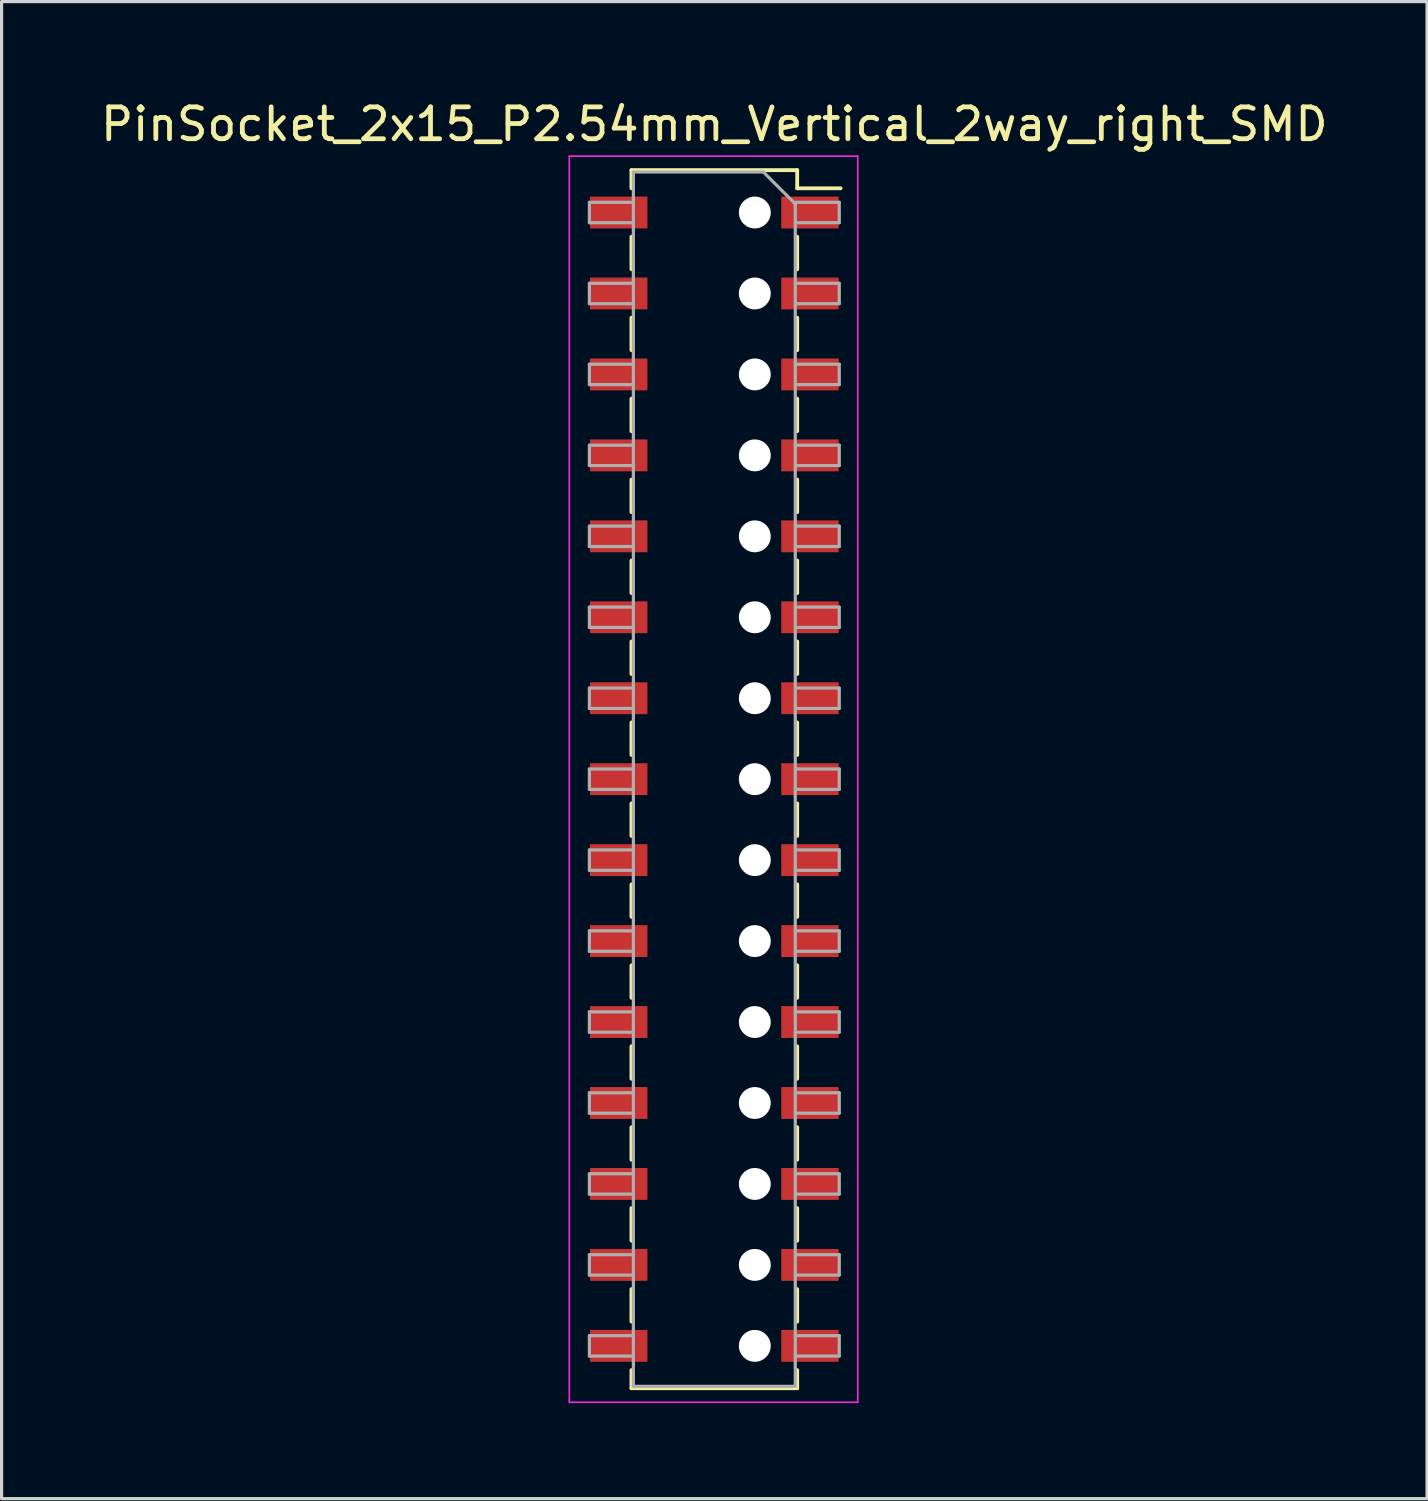
<source format=kicad_pcb>
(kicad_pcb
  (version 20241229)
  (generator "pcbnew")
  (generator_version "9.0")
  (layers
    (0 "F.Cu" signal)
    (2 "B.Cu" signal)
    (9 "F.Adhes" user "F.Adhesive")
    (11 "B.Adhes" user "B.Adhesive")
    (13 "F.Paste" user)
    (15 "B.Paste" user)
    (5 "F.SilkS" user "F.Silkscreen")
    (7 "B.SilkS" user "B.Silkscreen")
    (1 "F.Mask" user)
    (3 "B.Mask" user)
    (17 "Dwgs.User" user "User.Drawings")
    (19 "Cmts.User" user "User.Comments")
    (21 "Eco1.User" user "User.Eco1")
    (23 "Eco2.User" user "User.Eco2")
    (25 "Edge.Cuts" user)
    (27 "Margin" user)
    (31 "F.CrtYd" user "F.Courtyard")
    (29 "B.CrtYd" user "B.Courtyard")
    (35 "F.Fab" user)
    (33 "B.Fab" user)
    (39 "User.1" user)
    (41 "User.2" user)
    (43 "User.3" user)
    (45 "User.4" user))
  (footprint "PinSocket_2x15_P2.54mm_Vertical_2way_right_SMD"
    (layer "F.Cu")
    (at 19.363 21.398)
    (property "Reference" "PinSocket_2x15_P2.54mm_Vertical_2way_right_SMD" (at 0 -20.55 0) (layer "F.SilkS") (effects (font (size 1 1) (thickness 0.15))))
    (attr smd)
    (fp_line (start -2.6 -19.11) (end -2.6 -18.54) (stroke (width 0.12) (type solid)) (layer "F.SilkS"))
    (fp_line (start -2.6 -19.11) (end 2.6 -19.11) (stroke (width 0.12) (type solid)) (layer "F.SilkS"))
    (fp_line (start -2.6 -17.02) (end -2.6 -16) (stroke (width 0.12) (type solid)) (layer "F.SilkS"))
    (fp_line (start -2.6 -14.48) (end -2.6 -13.46) (stroke (width 0.12) (type solid)) (layer "F.SilkS"))
    (fp_line (start -2.6 -11.94) (end -2.6 -10.92) (stroke (width 0.12) (type solid)) (layer "F.SilkS"))
    (fp_line (start -2.6 -9.4) (end -2.6 -8.38) (stroke (width 0.12) (type solid)) (layer "F.SilkS"))
    (fp_line (start -2.6 -6.86) (end -2.6 -5.84) (stroke (width 0.12) (type solid)) (layer "F.SilkS"))
    (fp_line (start -2.6 -4.32) (end -2.6 -3.3) (stroke (width 0.12) (type solid)) (layer "F.SilkS"))
    (fp_line (start -2.6 -1.78) (end -2.6 -0.76) (stroke (width 0.12) (type solid)) (layer "F.SilkS"))
    (fp_line (start -2.6 0.76) (end -2.6 1.78) (stroke (width 0.12) (type solid)) (layer "F.SilkS"))
    (fp_line (start -2.6 3.3) (end -2.6 4.32) (stroke (width 0.12) (type solid)) (layer "F.SilkS"))
    (fp_line (start -2.6 5.84) (end -2.6 6.86) (stroke (width 0.12) (type solid)) (layer "F.SilkS"))
    (fp_line (start -2.6 8.38) (end -2.6 9.4) (stroke (width 0.12) (type solid)) (layer "F.SilkS"))
    (fp_line (start -2.6 10.92) (end -2.6 11.94) (stroke (width 0.12) (type solid)) (layer "F.SilkS"))
    (fp_line (start -2.6 13.46) (end -2.6 14.48) (stroke (width 0.12) (type solid)) (layer "F.SilkS"))
    (fp_line (start -2.6 16) (end -2.6 17.02) (stroke (width 0.12) (type solid)) (layer "F.SilkS"))
    (fp_line (start -2.6 18.54) (end -2.6 19.11) (stroke (width 0.12) (type solid)) (layer "F.SilkS"))
    (fp_line (start -2.6 19.11) (end 2.6 19.11) (stroke (width 0.12) (type solid)) (layer "F.SilkS"))
    (fp_line (start 2.6 -19.11) (end 2.6 -18.54) (stroke (width 0.12) (type solid)) (layer "F.SilkS"))
    (fp_line (start 2.6 -18.54) (end 3.96 -18.54) (stroke (width 0.12) (type solid)) (layer "F.SilkS"))
    (fp_line (start 2.6 -17.02) (end 2.6 -16) (stroke (width 0.12) (type solid)) (layer "F.SilkS"))
    (fp_line (start 2.6 -14.48) (end 2.6 -13.46) (stroke (width 0.12) (type solid)) (layer "F.SilkS"))
    (fp_line (start 2.6 -11.94) (end 2.6 -10.92) (stroke (width 0.12) (type solid)) (layer "F.SilkS"))
    (fp_line (start 2.6 -9.4) (end 2.6 -8.38) (stroke (width 0.12) (type solid)) (layer "F.SilkS"))
    (fp_line (start 2.6 -6.86) (end 2.6 -5.84) (stroke (width 0.12) (type solid)) (layer "F.SilkS"))
    (fp_line (start 2.6 -4.32) (end 2.6 -3.3) (stroke (width 0.12) (type solid)) (layer "F.SilkS"))
    (fp_line (start 2.6 -1.78) (end 2.6 -0.76) (stroke (width 0.12) (type solid)) (layer "F.SilkS"))
    (fp_line (start 2.6 0.76) (end 2.6 1.78) (stroke (width 0.12) (type solid)) (layer "F.SilkS"))
    (fp_line (start 2.6 3.3) (end 2.6 4.32) (stroke (width 0.12) (type solid)) (layer "F.SilkS"))
    (fp_line (start 2.6 5.84) (end 2.6 6.86) (stroke (width 0.12) (type solid)) (layer "F.SilkS"))
    (fp_line (start 2.6 8.38) (end 2.6 9.4) (stroke (width 0.12) (type solid)) (layer "F.SilkS"))
    (fp_line (start 2.6 10.92) (end 2.6 11.94) (stroke (width 0.12) (type solid)) (layer "F.SilkS"))
    (fp_line (start 2.6 13.46) (end 2.6 14.48) (stroke (width 0.12) (type solid)) (layer "F.SilkS"))
    (fp_line (start 2.6 16) (end 2.6 17.02) (stroke (width 0.12) (type solid)) (layer "F.SilkS"))
    (fp_line (start 2.6 18.54) (end 2.6 19.11) (stroke (width 0.12) (type solid)) (layer "F.SilkS"))
    (fp_line (start -4.55 -19.55) (end 4.5 -19.55) (stroke (width 0.05) (type solid)) (layer "F.CrtYd"))
    (fp_line (start -4.55 19.55) (end -4.55 -19.55) (stroke (width 0.05) (type solid)) (layer "F.CrtYd"))
    (fp_line (start 4.5 -19.55) (end 4.5 19.55) (stroke (width 0.05) (type solid)) (layer "F.CrtYd"))
    (fp_line (start 4.5 19.55) (end -4.55 19.55) (stroke (width 0.05) (type solid)) (layer "F.CrtYd"))
    (fp_line (start -3.92 -18.1) (end -2.54 -18.1) (stroke (width 0.1) (type solid)) (layer "F.Fab"))
    (fp_line (start -3.92 -17.46) (end -3.92 -18.1) (stroke (width 0.1) (type solid)) (layer "F.Fab"))
    (fp_line (start -3.92 -15.56) (end -2.54 -15.56) (stroke (width 0.1) (type solid)) (layer "F.Fab"))
    (fp_line (start -3.92 -14.92) (end -3.92 -15.56) (stroke (width 0.1) (type solid)) (layer "F.Fab"))
    (fp_line (start -3.92 -13.02) (end -2.54 -13.02) (stroke (width 0.1) (type solid)) (layer "F.Fab"))
    (fp_line (start -3.92 -12.38) (end -3.92 -13.02) (stroke (width 0.1) (type solid)) (layer "F.Fab"))
    (fp_line (start -3.92 -10.48) (end -2.54 -10.48) (stroke (width 0.1) (type solid)) (layer "F.Fab"))
    (fp_line (start -3.92 -9.84) (end -3.92 -10.48) (stroke (width 0.1) (type solid)) (layer "F.Fab"))
    (fp_line (start -3.92 -7.94) (end -2.54 -7.94) (stroke (width 0.1) (type solid)) (layer "F.Fab"))
    (fp_line (start -3.92 -7.3) (end -3.92 -7.94) (stroke (width 0.1) (type solid)) (layer "F.Fab"))
    (fp_line (start -3.92 -5.4) (end -2.54 -5.4) (stroke (width 0.1) (type solid)) (layer "F.Fab"))
    (fp_line (start -3.92 -4.76) (end -3.92 -5.4) (stroke (width 0.1) (type solid)) (layer "F.Fab"))
    (fp_line (start -3.92 -2.86) (end -2.54 -2.86) (stroke (width 0.1) (type solid)) (layer "F.Fab"))
    (fp_line (start -3.92 -2.22) (end -3.92 -2.86) (stroke (width 0.1) (type solid)) (layer "F.Fab"))
    (fp_line (start -3.92 -0.32) (end -2.54 -0.32) (stroke (width 0.1) (type solid)) (layer "F.Fab"))
    (fp_line (start -3.92 0.32) (end -3.92 -0.32) (stroke (width 0.1) (type solid)) (layer "F.Fab"))
    (fp_line (start -3.92 2.22) (end -2.54 2.22) (stroke (width 0.1) (type solid)) (layer "F.Fab"))
    (fp_line (start -3.92 2.86) (end -3.92 2.22) (stroke (width 0.1) (type solid)) (layer "F.Fab"))
    (fp_line (start -3.92 4.76) (end -2.54 4.76) (stroke (width 0.1) (type solid)) (layer "F.Fab"))
    (fp_line (start -3.92 5.4) (end -3.92 4.76) (stroke (width 0.1) (type solid)) (layer "F.Fab"))
    (fp_line (start -3.92 7.3) (end -2.54 7.3) (stroke (width 0.1) (type solid)) (layer "F.Fab"))
    (fp_line (start -3.92 7.94) (end -3.92 7.3) (stroke (width 0.1) (type solid)) (layer "F.Fab"))
    (fp_line (start -3.92 9.84) (end -2.54 9.84) (stroke (width 0.1) (type solid)) (layer "F.Fab"))
    (fp_line (start -3.92 10.48) (end -3.92 9.84) (stroke (width 0.1) (type solid)) (layer "F.Fab"))
    (fp_line (start -3.92 12.38) (end -2.54 12.38) (stroke (width 0.1) (type solid)) (layer "F.Fab"))
    (fp_line (start -3.92 13.02) (end -3.92 12.38) (stroke (width 0.1) (type solid)) (layer "F.Fab"))
    (fp_line (start -3.92 14.92) (end -2.54 14.92) (stroke (width 0.1) (type solid)) (layer "F.Fab"))
    (fp_line (start -3.92 15.56) (end -3.92 14.92) (stroke (width 0.1) (type solid)) (layer "F.Fab"))
    (fp_line (start -3.92 17.46) (end -2.54 17.46) (stroke (width 0.1) (type solid)) (layer "F.Fab"))
    (fp_line (start -3.92 18.1) (end -3.92 17.46) (stroke (width 0.1) (type solid)) (layer "F.Fab"))
    (fp_line (start -2.54 -19.05) (end 1.54 -19.05) (stroke (width 0.1) (type solid)) (layer "F.Fab"))
    (fp_line (start -2.54 -17.46) (end -3.92 -17.46) (stroke (width 0.1) (type solid)) (layer "F.Fab"))
    (fp_line (start -2.54 -14.92) (end -3.92 -14.92) (stroke (width 0.1) (type solid)) (layer "F.Fab"))
    (fp_line (start -2.54 -12.38) (end -3.92 -12.38) (stroke (width 0.1) (type solid)) (layer "F.Fab"))
    (fp_line (start -2.54 -9.84) (end -3.92 -9.84) (stroke (width 0.1) (type solid)) (layer "F.Fab"))
    (fp_line (start -2.54 -7.3) (end -3.92 -7.3) (stroke (width 0.1) (type solid)) (layer "F.Fab"))
    (fp_line (start -2.54 -4.76) (end -3.92 -4.76) (stroke (width 0.1) (type solid)) (layer "F.Fab"))
    (fp_line (start -2.54 -2.22) (end -3.92 -2.22) (stroke (width 0.1) (type solid)) (layer "F.Fab"))
    (fp_line (start -2.54 0.32) (end -3.92 0.32) (stroke (width 0.1) (type solid)) (layer "F.Fab"))
    (fp_line (start -2.54 2.86) (end -3.92 2.86) (stroke (width 0.1) (type solid)) (layer "F.Fab"))
    (fp_line (start -2.54 5.4) (end -3.92 5.4) (stroke (width 0.1) (type solid)) (layer "F.Fab"))
    (fp_line (start -2.54 7.94) (end -3.92 7.94) (stroke (width 0.1) (type solid)) (layer "F.Fab"))
    (fp_line (start -2.54 10.48) (end -3.92 10.48) (stroke (width 0.1) (type solid)) (layer "F.Fab"))
    (fp_line (start -2.54 13.02) (end -3.92 13.02) (stroke (width 0.1) (type solid)) (layer "F.Fab"))
    (fp_line (start -2.54 15.56) (end -3.92 15.56) (stroke (width 0.1) (type solid)) (layer "F.Fab"))
    (fp_line (start -2.54 18.1) (end -3.92 18.1) (stroke (width 0.1) (type solid)) (layer "F.Fab"))
    (fp_line (start -2.54 19.05) (end -2.54 -19.05) (stroke (width 0.1) (type solid)) (layer "F.Fab"))
    (fp_line (start 1.54 -19.05) (end 2.54 -18.05) (stroke (width 0.1) (type solid)) (layer "F.Fab"))
    (fp_line (start 2.54 -18.1) (end 3.92 -18.1) (stroke (width 0.1) (type solid)) (layer "F.Fab"))
    (fp_line (start 2.54 -18.05) (end 2.54 19.05) (stroke (width 0.1) (type solid)) (layer "F.Fab"))
    (fp_line (start 2.54 -15.56) (end 3.92 -15.56) (stroke (width 0.1) (type solid)) (layer "F.Fab"))
    (fp_line (start 2.54 -13.02) (end 3.92 -13.02) (stroke (width 0.1) (type solid)) (layer "F.Fab"))
    (fp_line (start 2.54 -10.48) (end 3.92 -10.48) (stroke (width 0.1) (type solid)) (layer "F.Fab"))
    (fp_line (start 2.54 -7.94) (end 3.92 -7.94) (stroke (width 0.1) (type solid)) (layer "F.Fab"))
    (fp_line (start 2.54 -5.4) (end 3.92 -5.4) (stroke (width 0.1) (type solid)) (layer "F.Fab"))
    (fp_line (start 2.54 -2.86) (end 3.92 -2.86) (stroke (width 0.1) (type solid)) (layer "F.Fab"))
    (fp_line (start 2.54 -0.32) (end 3.92 -0.32) (stroke (width 0.1) (type solid)) (layer "F.Fab"))
    (fp_line (start 2.54 2.22) (end 3.92 2.22) (stroke (width 0.1) (type solid)) (layer "F.Fab"))
    (fp_line (start 2.54 4.76) (end 3.92 4.76) (stroke (width 0.1) (type solid)) (layer "F.Fab"))
    (fp_line (start 2.54 7.3) (end 3.92 7.3) (stroke (width 0.1) (type solid)) (layer "F.Fab"))
    (fp_line (start 2.54 9.84) (end 3.92 9.84) (stroke (width 0.1) (type solid)) (layer "F.Fab"))
    (fp_line (start 2.54 12.38) (end 3.92 12.38) (stroke (width 0.1) (type solid)) (layer "F.Fab"))
    (fp_line (start 2.54 14.92) (end 3.92 14.92) (stroke (width 0.1) (type solid)) (layer "F.Fab"))
    (fp_line (start 2.54 17.46) (end 3.92 17.46) (stroke (width 0.1) (type solid)) (layer "F.Fab"))
    (fp_line (start 2.54 19.05) (end -2.54 19.05) (stroke (width 0.1) (type solid)) (layer "F.Fab"))
    (fp_line (start 3.92 -18.1) (end 3.92 -17.46) (stroke (width 0.1) (type solid)) (layer "F.Fab"))
    (fp_line (start 3.92 -17.46) (end 2.54 -17.46) (stroke (width 0.1) (type solid)) (layer "F.Fab"))
    (fp_line (start 3.92 -15.56) (end 3.92 -14.92) (stroke (width 0.1) (type solid)) (layer "F.Fab"))
    (fp_line (start 3.92 -14.92) (end 2.54 -14.92) (stroke (width 0.1) (type solid)) (layer "F.Fab"))
    (fp_line (start 3.92 -13.02) (end 3.92 -12.38) (stroke (width 0.1) (type solid)) (layer "F.Fab"))
    (fp_line (start 3.92 -12.38) (end 2.54 -12.38) (stroke (width 0.1) (type solid)) (layer "F.Fab"))
    (fp_line (start 3.92 -10.48) (end 3.92 -9.84) (stroke (width 0.1) (type solid)) (layer "F.Fab"))
    (fp_line (start 3.92 -9.84) (end 2.54 -9.84) (stroke (width 0.1) (type solid)) (layer "F.Fab"))
    (fp_line (start 3.92 -7.94) (end 3.92 -7.3) (stroke (width 0.1) (type solid)) (layer "F.Fab"))
    (fp_line (start 3.92 -7.3) (end 2.54 -7.3) (stroke (width 0.1) (type solid)) (layer "F.Fab"))
    (fp_line (start 3.92 -5.4) (end 3.92 -4.76) (stroke (width 0.1) (type solid)) (layer "F.Fab"))
    (fp_line (start 3.92 -4.76) (end 2.54 -4.76) (stroke (width 0.1) (type solid)) (layer "F.Fab"))
    (fp_line (start 3.92 -2.86) (end 3.92 -2.22) (stroke (width 0.1) (type solid)) (layer "F.Fab"))
    (fp_line (start 3.92 -2.22) (end 2.54 -2.22) (stroke (width 0.1) (type solid)) (layer "F.Fab"))
    (fp_line (start 3.92 -0.32) (end 3.92 0.32) (stroke (width 0.1) (type solid)) (layer "F.Fab"))
    (fp_line (start 3.92 0.32) (end 2.54 0.32) (stroke (width 0.1) (type solid)) (layer "F.Fab"))
    (fp_line (start 3.92 2.22) (end 3.92 2.86) (stroke (width 0.1) (type solid)) (layer "F.Fab"))
    (fp_line (start 3.92 2.86) (end 2.54 2.86) (stroke (width 0.1) (type solid)) (layer "F.Fab"))
    (fp_line (start 3.92 4.76) (end 3.92 5.4) (stroke (width 0.1) (type solid)) (layer "F.Fab"))
    (fp_line (start 3.92 5.4) (end 2.54 5.4) (stroke (width 0.1) (type solid)) (layer "F.Fab"))
    (fp_line (start 3.92 7.3) (end 3.92 7.94) (stroke (width 0.1) (type solid)) (layer "F.Fab"))
    (fp_line (start 3.92 7.94) (end 2.54 7.94) (stroke (width 0.1) (type solid)) (layer "F.Fab"))
    (fp_line (start 3.92 9.84) (end 3.92 10.48) (stroke (width 0.1) (type solid)) (layer "F.Fab"))
    (fp_line (start 3.92 10.48) (end 2.54 10.48) (stroke (width 0.1) (type solid)) (layer "F.Fab"))
    (fp_line (start 3.92 12.38) (end 3.92 13.02) (stroke (width 0.1) (type solid)) (layer "F.Fab"))
    (fp_line (start 3.92 13.02) (end 2.54 13.02) (stroke (width 0.1) (type solid)) (layer "F.Fab"))
    (fp_line (start 3.92 14.92) (end 3.92 15.56) (stroke (width 0.1) (type solid)) (layer "F.Fab"))
    (fp_line (start 3.92 15.56) (end 2.54 15.56) (stroke (width 0.1) (type solid)) (layer "F.Fab"))
    (fp_line (start 3.92 17.46) (end 3.92 18.1) (stroke (width 0.1) (type solid)) (layer "F.Fab"))
    (fp_line (start 3.92 18.1) (end 2.54 18.1) (stroke (width 0.1) (type solid)) (layer "F.Fab"))
    (pad "" np_thru_hole circle (at 1.27 -17.78) (size 1 1) (drill 1) (layers "*.Cu" "*.Mask"))
    (pad "" np_thru_hole circle (at 1.27 -15.24) (size 1 1) (drill 1) (layers "*.Cu" "*.Mask"))
    (pad "" np_thru_hole circle (at 1.27 -12.7) (size 1 1) (drill 1) (layers "*.Cu" "*.Mask"))
    (pad "" np_thru_hole circle (at 1.27 -10.16) (size 1 1) (drill 1) (layers "*.Cu" "*.Mask"))
    (pad "" np_thru_hole circle (at 1.27 -7.62) (size 1 1) (drill 1) (layers "*.Cu" "*.Mask"))
    (pad "" np_thru_hole circle (at 1.27 -5.08) (size 1 1) (drill 1) (layers "*.Cu" "*.Mask"))
    (pad "" np_thru_hole circle (at 1.27 -2.54) (size 1 1) (drill 1) (layers "*.Cu" "*.Mask"))
    (pad "" np_thru_hole circle (at 1.27 0) (size 1 1) (drill 1) (layers "*.Cu" "*.Mask"))
    (pad "" np_thru_hole circle (at 1.27 2.54) (size 1 1) (drill 1) (layers "*.Cu" "*.Mask"))
    (pad "" np_thru_hole circle (at 1.27 5.08) (size 1 1) (drill 1) (layers "*.Cu" "*.Mask"))
    (pad "" np_thru_hole circle (at 1.27 7.62) (size 1 1) (drill 1) (layers "*.Cu" "*.Mask"))
    (pad "" np_thru_hole circle (at 1.27 10.16) (size 1 1) (drill 1) (layers "*.Cu" "*.Mask"))
    (pad "" np_thru_hole circle (at 1.27 12.7) (size 1 1) (drill 1) (layers "*.Cu" "*.Mask"))
    (pad "" np_thru_hole circle (at 1.27 15.24) (size 1 1) (drill 1) (layers "*.Cu" "*.Mask"))
    (pad "" np_thru_hole circle (at 1.27 17.78) (size 1 1) (drill 1) (layers "*.Cu" "*.Mask"))
    (pad "1" smd rect (at 3 -17.78) (size 1.8 1) (layers "F.Cu" "F.Mask" "F.Paste"))
    (pad "2" smd rect (at -3 -17.78) (size 1.8 1) (layers "F.Cu" "F.Mask" "F.Paste"))
    (pad "3" smd rect (at 3 -15.24) (size 1.8 1) (layers "F.Cu" "F.Mask" "F.Paste"))
    (pad "4" smd rect (at -3 -15.24) (size 1.8 1) (layers "F.Cu" "F.Mask" "F.Paste"))
    (pad "5" smd rect (at 3 -12.7) (size 1.8 1) (layers "F.Cu" "F.Mask" "F.Paste"))
    (pad "6" smd rect (at -3 -12.7) (size 1.8 1) (layers "F.Cu" "F.Mask" "F.Paste"))
    (pad "7" smd rect (at 3 -10.16) (size 1.8 1) (layers "F.Cu" "F.Mask" "F.Paste"))
    (pad "8" smd rect (at -3 -10.16) (size 1.8 1) (layers "F.Cu" "F.Mask" "F.Paste"))
    (pad "9" smd rect (at 3 -7.62) (size 1.8 1) (layers "F.Cu" "F.Mask" "F.Paste"))
    (pad "10" smd rect (at -3 -7.62) (size 1.8 1) (layers "F.Cu" "F.Mask" "F.Paste"))
    (pad "11" smd rect (at 3 -5.08) (size 1.8 1) (layers "F.Cu" "F.Mask" "F.Paste"))
    (pad "12" smd rect (at -3 -5.08) (size 1.8 1) (layers "F.Cu" "F.Mask" "F.Paste"))
    (pad "13" smd rect (at 3 -2.54) (size 1.8 1) (layers "F.Cu" "F.Mask" "F.Paste"))
    (pad "14" smd rect (at -3 -2.54) (size 1.8 1) (layers "F.Cu" "F.Mask" "F.Paste"))
    (pad "15" smd rect (at 3 0) (size 1.8 1) (layers "F.Cu" "F.Mask" "F.Paste"))
    (pad "16" smd rect (at -3 0) (size 1.8 1) (layers "F.Cu" "F.Mask" "F.Paste"))
    (pad "17" smd rect (at 3 2.54) (size 1.8 1) (layers "F.Cu" "F.Mask" "F.Paste"))
    (pad "18" smd rect (at -3 2.54) (size 1.8 1) (layers "F.Cu" "F.Mask" "F.Paste"))
    (pad "19" smd rect (at 3 5.08) (size 1.8 1) (layers "F.Cu" "F.Mask" "F.Paste"))
    (pad "20" smd rect (at -3 5.08) (size 1.8 1) (layers "F.Cu" "F.Mask" "F.Paste"))
    (pad "21" smd rect (at 3 7.62) (size 1.8 1) (layers "F.Cu" "F.Mask" "F.Paste"))
    (pad "22" smd rect (at -3 7.62) (size 1.8 1) (layers "F.Cu" "F.Mask" "F.Paste"))
    (pad "23" smd rect (at 3 10.16) (size 1.8 1) (layers "F.Cu" "F.Mask" "F.Paste"))
    (pad "24" smd rect (at -3 10.16) (size 1.8 1) (layers "F.Cu" "F.Mask" "F.Paste"))
    (pad "25" smd rect (at 3 12.7) (size 1.8 1) (layers "F.Cu" "F.Mask" "F.Paste"))
    (pad "26" smd rect (at -3 12.7) (size 1.8 1) (layers "F.Cu" "F.Mask" "F.Paste"))
    (pad "27" smd rect (at 3 15.24) (size 1.8 1) (layers "F.Cu" "F.Mask" "F.Paste"))
    (pad "28" smd rect (at -3 15.24) (size 1.8 1) (layers "F.Cu" "F.Mask" "F.Paste"))
    (pad "29" smd rect (at 3 17.78) (size 1.8 1) (layers "F.Cu" "F.Mask" "F.Paste"))
    (pad "30" smd rect (at -3 17.78) (size 1.8 1) (layers "F.Cu" "F.Mask" "F.Paste")))
  (gr_rect
    (start -3 -3)
    (end 41.726 43.973)
    (stroke (width 0.1) (type default))
    (fill no)
    (layer "Edge.Cuts")))
</source>
